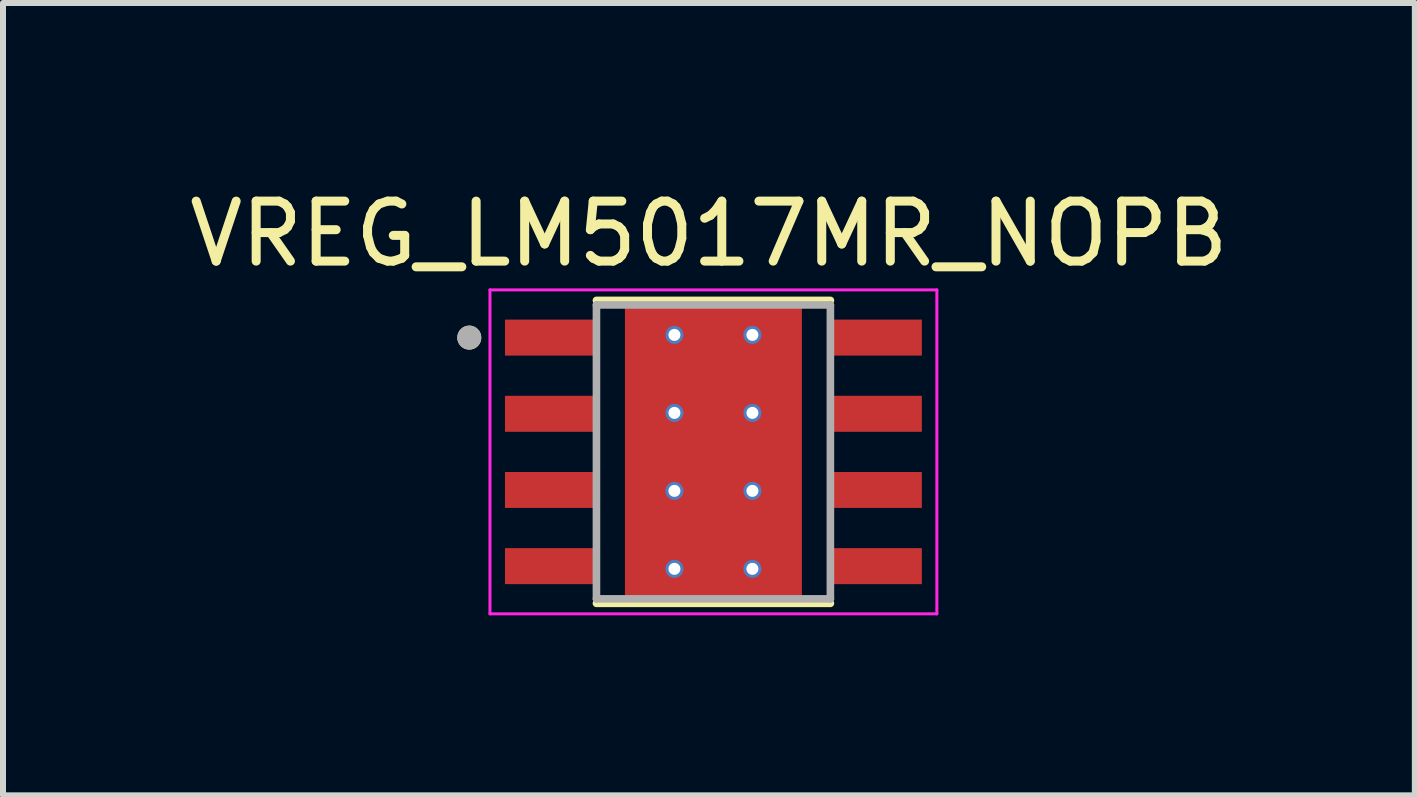
<source format=kicad_pcb>
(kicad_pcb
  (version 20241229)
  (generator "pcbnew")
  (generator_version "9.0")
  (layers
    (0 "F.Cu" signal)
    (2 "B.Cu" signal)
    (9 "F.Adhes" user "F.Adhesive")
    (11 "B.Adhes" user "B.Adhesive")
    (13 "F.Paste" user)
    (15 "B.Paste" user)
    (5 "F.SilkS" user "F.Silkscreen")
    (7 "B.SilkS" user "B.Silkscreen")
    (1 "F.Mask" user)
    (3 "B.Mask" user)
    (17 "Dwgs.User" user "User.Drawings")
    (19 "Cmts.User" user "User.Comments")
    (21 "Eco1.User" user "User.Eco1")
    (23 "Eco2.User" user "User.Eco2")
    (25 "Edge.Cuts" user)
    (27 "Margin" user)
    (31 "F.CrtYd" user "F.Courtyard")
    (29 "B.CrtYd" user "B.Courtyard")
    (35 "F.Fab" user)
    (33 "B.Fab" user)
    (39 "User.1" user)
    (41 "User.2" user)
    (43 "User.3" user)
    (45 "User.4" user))
  (footprint "VREG_LM5017MR_NOPB"
    (layer "F.Cu")
    (at 8.843 4.483)
    (property "Reference" "VREG_LM5017MR_NOPB" (at -0.075 -3.635 0) (layer "F.SilkS") (effects (font (size 1 1) (thickness 0.15))))
    (attr smd)
    (fp_poly (pts (xy -1.355 -1.7) (xy 1.355 -1.7) (xy 1.355 1.7) (xy -1.355 1.7)) (stroke (width 0.01) (type solid)) (fill yes) (layer "F.Mask"))
    (fp_poly (pts (xy -1.905 -1.535) (xy -3.495 -1.535) (xy -3.498 -1.535) (xy -3.5 -1.535) (xy -3.503 -1.536) (xy -3.505 -1.536) (xy -3.508 -1.537) (xy -3.51 -1.537) (xy -3.513 -1.538) (xy -3.515 -1.539) (xy -3.518 -1.54) (xy -3.52 -1.542) (xy -3.522 -1.543) (xy -3.524 -1.545) (xy -3.526 -1.546) (xy -3.528 -1.548) (xy -3.53 -1.55) (xy -3.532 -1.552) (xy -3.534 -1.554) (xy -3.535 -1.556) (xy -3.537 -1.558) (xy -3.538 -1.56) (xy -3.54 -1.562) (xy -3.541 -1.565) (xy -3.542 -1.567) (xy -3.543 -1.57) (xy -3.543 -1.572) (xy -3.544 -1.575) (xy -3.544 -1.577) (xy -3.545 -1.58) (xy -3.545 -1.582) (xy -3.545 -1.585) (xy -3.545 -2.225) (xy -3.545 -2.228) (xy -3.545 -2.23) (xy -3.544 -2.233) (xy -3.544 -2.235) (xy -3.543 -2.238) (xy -3.543 -2.24) (xy -3.542 -2.243) (xy -3.541 -2.245) (xy -3.54 -2.248) (xy -3.538 -2.25) (xy -3.537 -2.252) (xy -3.535 -2.254) (xy -3.534 -2.256) (xy -3.532 -2.258) (xy -3.53 -2.26) (xy -3.528 -2.262) (xy -3.526 -2.264) (xy -3.524 -2.265) (xy -3.522 -2.267) (xy -3.52 -2.268) (xy -3.518 -2.27) (xy -3.515 -2.271) (xy -3.513 -2.272) (xy -3.51 -2.273) (xy -3.508 -2.273) (xy -3.505 -2.274) (xy -3.503 -2.274) (xy -3.5 -2.275) (xy -3.498 -2.275) (xy -3.495 -2.275) (xy -1.905 -2.275) (xy -1.902 -2.275) (xy -1.9 -2.275) (xy -1.897 -2.274) (xy -1.895 -2.274) (xy -1.892 -2.273) (xy -1.89 -2.273) (xy -1.887 -2.272) (xy -1.885 -2.271) (xy -1.882 -2.27) (xy -1.88 -2.268) (xy -1.878 -2.267) (xy -1.876 -2.265) (xy -1.874 -2.264) (xy -1.872 -2.262) (xy -1.87 -2.26) (xy -1.868 -2.258) (xy -1.866 -2.256) (xy -1.865 -2.254) (xy -1.863 -2.252) (xy -1.862 -2.25) (xy -1.86 -2.248) (xy -1.859 -2.245) (xy -1.858 -2.243) (xy -1.857 -2.24) (xy -1.857 -2.238) (xy -1.856 -2.235) (xy -1.856 -2.233) (xy -1.855 -2.23) (xy -1.855 -2.228) (xy -1.855 -2.225) (xy -1.855 -1.585) (xy -1.855 -1.582) (xy -1.855 -1.58) (xy -1.856 -1.577) (xy -1.856 -1.575) (xy -1.857 -1.572) (xy -1.857 -1.57) (xy -1.858 -1.567) (xy -1.859 -1.565) (xy -1.86 -1.562) (xy -1.862 -1.56) (xy -1.863 -1.558) (xy -1.865 -1.556) (xy -1.866 -1.554) (xy -1.868 -1.552) (xy -1.87 -1.55) (xy -1.872 -1.548) (xy -1.874 -1.546) (xy -1.876 -1.545) (xy -1.878 -1.543) (xy -1.88 -1.542) (xy -1.882 -1.54) (xy -1.885 -1.539) (xy -1.887 -1.538) (xy -1.89 -1.537) (xy -1.892 -1.537) (xy -1.895 -1.536) (xy -1.897 -1.536) (xy -1.9 -1.535) (xy -1.902 -1.535) (xy -1.905 -1.535)) (stroke (width 0.01) (type solid)) (fill yes) (layer "F.Mask"))
    (fp_poly (pts (xy -1.905 -0.265) (xy -3.495 -0.265) (xy -3.498 -0.265) (xy -3.5 -0.265) (xy -3.503 -0.266) (xy -3.505 -0.266) (xy -3.508 -0.267) (xy -3.51 -0.267) (xy -3.513 -0.268) (xy -3.515 -0.269) (xy -3.518 -0.27) (xy -3.52 -0.272) (xy -3.522 -0.273) (xy -3.524 -0.275) (xy -3.526 -0.276) (xy -3.528 -0.278) (xy -3.53 -0.28) (xy -3.532 -0.282) (xy -3.534 -0.284) (xy -3.535 -0.286) (xy -3.537 -0.288) (xy -3.538 -0.29) (xy -3.54 -0.292) (xy -3.541 -0.295) (xy -3.542 -0.297) (xy -3.543 -0.3) (xy -3.543 -0.302) (xy -3.544 -0.305) (xy -3.544 -0.307) (xy -3.545 -0.31) (xy -3.545 -0.312) (xy -3.545 -0.315) (xy -3.545 -0.955) (xy -3.545 -0.958) (xy -3.545 -0.96) (xy -3.544 -0.963) (xy -3.544 -0.965) (xy -3.543 -0.968) (xy -3.543 -0.97) (xy -3.542 -0.973) (xy -3.541 -0.975) (xy -3.54 -0.978) (xy -3.538 -0.98) (xy -3.537 -0.982) (xy -3.535 -0.984) (xy -3.534 -0.986) (xy -3.532 -0.988) (xy -3.53 -0.99) (xy -3.528 -0.992) (xy -3.526 -0.994) (xy -3.524 -0.995) (xy -3.522 -0.997) (xy -3.52 -0.998) (xy -3.518 -1) (xy -3.515 -1.001) (xy -3.513 -1.002) (xy -3.51 -1.003) (xy -3.508 -1.003) (xy -3.505 -1.004) (xy -3.503 -1.004) (xy -3.5 -1.005) (xy -3.498 -1.005) (xy -3.495 -1.005) (xy -1.905 -1.005) (xy -1.902 -1.005) (xy -1.9 -1.005) (xy -1.897 -1.004) (xy -1.895 -1.004) (xy -1.892 -1.003) (xy -1.89 -1.003) (xy -1.887 -1.002) (xy -1.885 -1.001) (xy -1.882 -1) (xy -1.88 -0.998) (xy -1.878 -0.997) (xy -1.876 -0.995) (xy -1.874 -0.994) (xy -1.872 -0.992) (xy -1.87 -0.99) (xy -1.868 -0.988) (xy -1.866 -0.986) (xy -1.865 -0.984) (xy -1.863 -0.982) (xy -1.862 -0.98) (xy -1.86 -0.978) (xy -1.859 -0.975) (xy -1.858 -0.973) (xy -1.857 -0.97) (xy -1.857 -0.968) (xy -1.856 -0.965) (xy -1.856 -0.963) (xy -1.855 -0.96) (xy -1.855 -0.958) (xy -1.855 -0.955) (xy -1.855 -0.315) (xy -1.855 -0.312) (xy -1.855 -0.31) (xy -1.856 -0.307) (xy -1.856 -0.305) (xy -1.857 -0.302) (xy -1.857 -0.3) (xy -1.858 -0.297) (xy -1.859 -0.295) (xy -1.86 -0.292) (xy -1.862 -0.29) (xy -1.863 -0.288) (xy -1.865 -0.286) (xy -1.866 -0.284) (xy -1.868 -0.282) (xy -1.87 -0.28) (xy -1.872 -0.278) (xy -1.874 -0.276) (xy -1.876 -0.275) (xy -1.878 -0.273) (xy -1.88 -0.272) (xy -1.882 -0.27) (xy -1.885 -0.269) (xy -1.887 -0.268) (xy -1.89 -0.267) (xy -1.892 -0.267) (xy -1.895 -0.266) (xy -1.897 -0.266) (xy -1.9 -0.265) (xy -1.902 -0.265) (xy -1.905 -0.265)) (stroke (width 0.01) (type solid)) (fill yes) (layer "F.Mask"))
    (fp_poly (pts (xy -1.905 1.005) (xy -3.495 1.005) (xy -3.498 1.005) (xy -3.5 1.005) (xy -3.503 1.004) (xy -3.505 1.004) (xy -3.508 1.003) (xy -3.51 1.003) (xy -3.513 1.002) (xy -3.515 1.001) (xy -3.518 1) (xy -3.52 0.998) (xy -3.522 0.997) (xy -3.524 0.995) (xy -3.526 0.994) (xy -3.528 0.992) (xy -3.53 0.99) (xy -3.532 0.988) (xy -3.534 0.986) (xy -3.535 0.984) (xy -3.537 0.982) (xy -3.538 0.98) (xy -3.54 0.978) (xy -3.541 0.975) (xy -3.542 0.973) (xy -3.543 0.97) (xy -3.543 0.968) (xy -3.544 0.965) (xy -3.544 0.963) (xy -3.545 0.96) (xy -3.545 0.958) (xy -3.545 0.955) (xy -3.545 0.315) (xy -3.545 0.312) (xy -3.545 0.31) (xy -3.544 0.307) (xy -3.544 0.305) (xy -3.543 0.302) (xy -3.543 0.3) (xy -3.542 0.297) (xy -3.541 0.295) (xy -3.54 0.292) (xy -3.538 0.29) (xy -3.537 0.288) (xy -3.535 0.286) (xy -3.534 0.284) (xy -3.532 0.282) (xy -3.53 0.28) (xy -3.528 0.278) (xy -3.526 0.276) (xy -3.524 0.275) (xy -3.522 0.273) (xy -3.52 0.272) (xy -3.518 0.27) (xy -3.515 0.269) (xy -3.513 0.268) (xy -3.51 0.267) (xy -3.508 0.267) (xy -3.505 0.266) (xy -3.503 0.266) (xy -3.5 0.265) (xy -3.498 0.265) (xy -3.495 0.265) (xy -1.905 0.265) (xy -1.902 0.265) (xy -1.9 0.265) (xy -1.897 0.266) (xy -1.895 0.266) (xy -1.892 0.267) (xy -1.89 0.267) (xy -1.887 0.268) (xy -1.885 0.269) (xy -1.882 0.27) (xy -1.88 0.272) (xy -1.878 0.273) (xy -1.876 0.275) (xy -1.874 0.276) (xy -1.872 0.278) (xy -1.87 0.28) (xy -1.868 0.282) (xy -1.866 0.284) (xy -1.865 0.286) (xy -1.863 0.288) (xy -1.862 0.29) (xy -1.86 0.292) (xy -1.859 0.295) (xy -1.858 0.297) (xy -1.857 0.3) (xy -1.857 0.302) (xy -1.856 0.305) (xy -1.856 0.307) (xy -1.855 0.31) (xy -1.855 0.312) (xy -1.855 0.315) (xy -1.855 0.955) (xy -1.855 0.958) (xy -1.855 0.96) (xy -1.856 0.963) (xy -1.856 0.965) (xy -1.857 0.968) (xy -1.857 0.97) (xy -1.858 0.973) (xy -1.859 0.975) (xy -1.86 0.978) (xy -1.862 0.98) (xy -1.863 0.982) (xy -1.865 0.984) (xy -1.866 0.986) (xy -1.868 0.988) (xy -1.87 0.99) (xy -1.872 0.992) (xy -1.874 0.994) (xy -1.876 0.995) (xy -1.878 0.997) (xy -1.88 0.998) (xy -1.882 1) (xy -1.885 1.001) (xy -1.887 1.002) (xy -1.89 1.003) (xy -1.892 1.003) (xy -1.895 1.004) (xy -1.897 1.004) (xy -1.9 1.005) (xy -1.902 1.005) (xy -1.905 1.005)) (stroke (width 0.01) (type solid)) (fill yes) (layer "F.Mask"))
    (fp_poly (pts (xy -1.905 2.275) (xy -3.495 2.275) (xy -3.498 2.275) (xy -3.5 2.275) (xy -3.503 2.274) (xy -3.505 2.274) (xy -3.508 2.273) (xy -3.51 2.273) (xy -3.513 2.272) (xy -3.515 2.271) (xy -3.518 2.27) (xy -3.52 2.268) (xy -3.522 2.267) (xy -3.524 2.265) (xy -3.526 2.264) (xy -3.528 2.262) (xy -3.53 2.26) (xy -3.532 2.258) (xy -3.534 2.256) (xy -3.535 2.254) (xy -3.537 2.252) (xy -3.538 2.25) (xy -3.54 2.248) (xy -3.541 2.245) (xy -3.542 2.243) (xy -3.543 2.24) (xy -3.543 2.238) (xy -3.544 2.235) (xy -3.544 2.233) (xy -3.545 2.23) (xy -3.545 2.228) (xy -3.545 2.225) (xy -3.545 1.585) (xy -3.545 1.582) (xy -3.545 1.58) (xy -3.544 1.577) (xy -3.544 1.575) (xy -3.543 1.572) (xy -3.543 1.57) (xy -3.542 1.567) (xy -3.541 1.565) (xy -3.54 1.562) (xy -3.538 1.56) (xy -3.537 1.558) (xy -3.535 1.556) (xy -3.534 1.554) (xy -3.532 1.552) (xy -3.53 1.55) (xy -3.528 1.548) (xy -3.526 1.546) (xy -3.524 1.545) (xy -3.522 1.543) (xy -3.52 1.542) (xy -3.518 1.54) (xy -3.515 1.539) (xy -3.513 1.538) (xy -3.51 1.537) (xy -3.508 1.537) (xy -3.505 1.536) (xy -3.503 1.536) (xy -3.5 1.535) (xy -3.498 1.535) (xy -3.495 1.535) (xy -1.905 1.535) (xy -1.902 1.535) (xy -1.9 1.535) (xy -1.897 1.536) (xy -1.895 1.536) (xy -1.892 1.537) (xy -1.89 1.537) (xy -1.887 1.538) (xy -1.885 1.539) (xy -1.882 1.54) (xy -1.88 1.542) (xy -1.878 1.543) (xy -1.876 1.545) (xy -1.874 1.546) (xy -1.872 1.548) (xy -1.87 1.55) (xy -1.868 1.552) (xy -1.866 1.554) (xy -1.865 1.556) (xy -1.863 1.558) (xy -1.862 1.56) (xy -1.86 1.562) (xy -1.859 1.565) (xy -1.858 1.567) (xy -1.857 1.57) (xy -1.857 1.572) (xy -1.856 1.575) (xy -1.856 1.577) (xy -1.855 1.58) (xy -1.855 1.582) (xy -1.855 1.585) (xy -1.855 2.225) (xy -1.855 2.228) (xy -1.855 2.23) (xy -1.856 2.233) (xy -1.856 2.235) (xy -1.857 2.238) (xy -1.857 2.24) (xy -1.858 2.243) (xy -1.859 2.245) (xy -1.86 2.248) (xy -1.862 2.25) (xy -1.863 2.252) (xy -1.865 2.254) (xy -1.866 2.256) (xy -1.868 2.258) (xy -1.87 2.26) (xy -1.872 2.262) (xy -1.874 2.264) (xy -1.876 2.265) (xy -1.878 2.267) (xy -1.88 2.268) (xy -1.882 2.27) (xy -1.885 2.271) (xy -1.887 2.272) (xy -1.89 2.273) (xy -1.892 2.273) (xy -1.895 2.274) (xy -1.897 2.274) (xy -1.9 2.275) (xy -1.902 2.275) (xy -1.905 2.275)) (stroke (width 0.01) (type solid)) (fill yes) (layer "F.Mask"))
    (fp_poly (pts (xy 3.495 -1.535) (xy 1.905 -1.535) (xy 1.902 -1.535) (xy 1.9 -1.535) (xy 1.897 -1.536) (xy 1.895 -1.536) (xy 1.892 -1.537) (xy 1.89 -1.537) (xy 1.887 -1.538) (xy 1.885 -1.539) (xy 1.882 -1.54) (xy 1.88 -1.542) (xy 1.878 -1.543) (xy 1.876 -1.545) (xy 1.874 -1.546) (xy 1.872 -1.548) (xy 1.87 -1.55) (xy 1.868 -1.552) (xy 1.866 -1.554) (xy 1.865 -1.556) (xy 1.863 -1.558) (xy 1.862 -1.56) (xy 1.86 -1.562) (xy 1.859 -1.565) (xy 1.858 -1.567) (xy 1.857 -1.57) (xy 1.857 -1.572) (xy 1.856 -1.575) (xy 1.856 -1.577) (xy 1.855 -1.58) (xy 1.855 -1.582) (xy 1.855 -1.585) (xy 1.855 -2.225) (xy 1.855 -2.228) (xy 1.855 -2.23) (xy 1.856 -2.233) (xy 1.856 -2.235) (xy 1.857 -2.238) (xy 1.857 -2.24) (xy 1.858 -2.243) (xy 1.859 -2.245) (xy 1.86 -2.248) (xy 1.862 -2.25) (xy 1.863 -2.252) (xy 1.865 -2.254) (xy 1.866 -2.256) (xy 1.868 -2.258) (xy 1.87 -2.26) (xy 1.872 -2.262) (xy 1.874 -2.264) (xy 1.876 -2.265) (xy 1.878 -2.267) (xy 1.88 -2.268) (xy 1.882 -2.27) (xy 1.885 -2.271) (xy 1.887 -2.272) (xy 1.89 -2.273) (xy 1.892 -2.273) (xy 1.895 -2.274) (xy 1.897 -2.274) (xy 1.9 -2.275) (xy 1.902 -2.275) (xy 1.905 -2.275) (xy 3.495 -2.275) (xy 3.498 -2.275) (xy 3.5 -2.275) (xy 3.503 -2.274) (xy 3.505 -2.274) (xy 3.508 -2.273) (xy 3.51 -2.273) (xy 3.513 -2.272) (xy 3.515 -2.271) (xy 3.518 -2.27) (xy 3.52 -2.268) (xy 3.522 -2.267) (xy 3.524 -2.265) (xy 3.526 -2.264) (xy 3.528 -2.262) (xy 3.53 -2.26) (xy 3.532 -2.258) (xy 3.534 -2.256) (xy 3.535 -2.254) (xy 3.537 -2.252) (xy 3.538 -2.25) (xy 3.54 -2.248) (xy 3.541 -2.245) (xy 3.542 -2.243) (xy 3.543 -2.24) (xy 3.543 -2.238) (xy 3.544 -2.235) (xy 3.544 -2.233) (xy 3.545 -2.23) (xy 3.545 -2.228) (xy 3.545 -2.225) (xy 3.545 -1.585) (xy 3.545 -1.582) (xy 3.545 -1.58) (xy 3.544 -1.577) (xy 3.544 -1.575) (xy 3.543 -1.572) (xy 3.543 -1.57) (xy 3.542 -1.567) (xy 3.541 -1.565) (xy 3.54 -1.562) (xy 3.538 -1.56) (xy 3.537 -1.558) (xy 3.535 -1.556) (xy 3.534 -1.554) (xy 3.532 -1.552) (xy 3.53 -1.55) (xy 3.528 -1.548) (xy 3.526 -1.546) (xy 3.524 -1.545) (xy 3.522 -1.543) (xy 3.52 -1.542) (xy 3.518 -1.54) (xy 3.515 -1.539) (xy 3.513 -1.538) (xy 3.51 -1.537) (xy 3.508 -1.537) (xy 3.505 -1.536) (xy 3.503 -1.536) (xy 3.5 -1.535) (xy 3.498 -1.535) (xy 3.495 -1.535)) (stroke (width 0.01) (type solid)) (fill yes) (layer "F.Mask"))
    (fp_poly (pts (xy 3.495 -0.265) (xy 1.905 -0.265) (xy 1.902 -0.265) (xy 1.9 -0.265) (xy 1.897 -0.266) (xy 1.895 -0.266) (xy 1.892 -0.267) (xy 1.89 -0.267) (xy 1.887 -0.268) (xy 1.885 -0.269) (xy 1.882 -0.27) (xy 1.88 -0.272) (xy 1.878 -0.273) (xy 1.876 -0.275) (xy 1.874 -0.276) (xy 1.872 -0.278) (xy 1.87 -0.28) (xy 1.868 -0.282) (xy 1.866 -0.284) (xy 1.865 -0.286) (xy 1.863 -0.288) (xy 1.862 -0.29) (xy 1.86 -0.292) (xy 1.859 -0.295) (xy 1.858 -0.297) (xy 1.857 -0.3) (xy 1.857 -0.302) (xy 1.856 -0.305) (xy 1.856 -0.307) (xy 1.855 -0.31) (xy 1.855 -0.312) (xy 1.855 -0.315) (xy 1.855 -0.955) (xy 1.855 -0.958) (xy 1.855 -0.96) (xy 1.856 -0.963) (xy 1.856 -0.965) (xy 1.857 -0.968) (xy 1.857 -0.97) (xy 1.858 -0.973) (xy 1.859 -0.975) (xy 1.86 -0.978) (xy 1.862 -0.98) (xy 1.863 -0.982) (xy 1.865 -0.984) (xy 1.866 -0.986) (xy 1.868 -0.988) (xy 1.87 -0.99) (xy 1.872 -0.992) (xy 1.874 -0.994) (xy 1.876 -0.995) (xy 1.878 -0.997) (xy 1.88 -0.998) (xy 1.882 -1) (xy 1.885 -1.001) (xy 1.887 -1.002) (xy 1.89 -1.003) (xy 1.892 -1.003) (xy 1.895 -1.004) (xy 1.897 -1.004) (xy 1.9 -1.005) (xy 1.902 -1.005) (xy 1.905 -1.005) (xy 3.495 -1.005) (xy 3.498 -1.005) (xy 3.5 -1.005) (xy 3.503 -1.004) (xy 3.505 -1.004) (xy 3.508 -1.003) (xy 3.51 -1.003) (xy 3.513 -1.002) (xy 3.515 -1.001) (xy 3.518 -1) (xy 3.52 -0.998) (xy 3.522 -0.997) (xy 3.524 -0.995) (xy 3.526 -0.994) (xy 3.528 -0.992) (xy 3.53 -0.99) (xy 3.532 -0.988) (xy 3.534 -0.986) (xy 3.535 -0.984) (xy 3.537 -0.982) (xy 3.538 -0.98) (xy 3.54 -0.978) (xy 3.541 -0.975) (xy 3.542 -0.973) (xy 3.543 -0.97) (xy 3.543 -0.968) (xy 3.544 -0.965) (xy 3.544 -0.963) (xy 3.545 -0.96) (xy 3.545 -0.958) (xy 3.545 -0.955) (xy 3.545 -0.315) (xy 3.545 -0.312) (xy 3.545 -0.31) (xy 3.544 -0.307) (xy 3.544 -0.305) (xy 3.543 -0.302) (xy 3.543 -0.3) (xy 3.542 -0.297) (xy 3.541 -0.295) (xy 3.54 -0.292) (xy 3.538 -0.29) (xy 3.537 -0.288) (xy 3.535 -0.286) (xy 3.534 -0.284) (xy 3.532 -0.282) (xy 3.53 -0.28) (xy 3.528 -0.278) (xy 3.526 -0.276) (xy 3.524 -0.275) (xy 3.522 -0.273) (xy 3.52 -0.272) (xy 3.518 -0.27) (xy 3.515 -0.269) (xy 3.513 -0.268) (xy 3.51 -0.267) (xy 3.508 -0.267) (xy 3.505 -0.266) (xy 3.503 -0.266) (xy 3.5 -0.265) (xy 3.498 -0.265) (xy 3.495 -0.265)) (stroke (width 0.01) (type solid)) (fill yes) (layer "F.Mask"))
    (fp_poly (pts (xy 3.495 1.005) (xy 1.905 1.005) (xy 1.902 1.005) (xy 1.9 1.005) (xy 1.897 1.004) (xy 1.895 1.004) (xy 1.892 1.003) (xy 1.89 1.003) (xy 1.887 1.002) (xy 1.885 1.001) (xy 1.882 1) (xy 1.88 0.998) (xy 1.878 0.997) (xy 1.876 0.995) (xy 1.874 0.994) (xy 1.872 0.992) (xy 1.87 0.99) (xy 1.868 0.988) (xy 1.866 0.986) (xy 1.865 0.984) (xy 1.863 0.982) (xy 1.862 0.98) (xy 1.86 0.978) (xy 1.859 0.975) (xy 1.858 0.973) (xy 1.857 0.97) (xy 1.857 0.968) (xy 1.856 0.965) (xy 1.856 0.963) (xy 1.855 0.96) (xy 1.855 0.958) (xy 1.855 0.955) (xy 1.855 0.315) (xy 1.855 0.312) (xy 1.855 0.31) (xy 1.856 0.307) (xy 1.856 0.305) (xy 1.857 0.302) (xy 1.857 0.3) (xy 1.858 0.297) (xy 1.859 0.295) (xy 1.86 0.292) (xy 1.862 0.29) (xy 1.863 0.288) (xy 1.865 0.286) (xy 1.866 0.284) (xy 1.868 0.282) (xy 1.87 0.28) (xy 1.872 0.278) (xy 1.874 0.276) (xy 1.876 0.275) (xy 1.878 0.273) (xy 1.88 0.272) (xy 1.882 0.27) (xy 1.885 0.269) (xy 1.887 0.268) (xy 1.89 0.267) (xy 1.892 0.267) (xy 1.895 0.266) (xy 1.897 0.266) (xy 1.9 0.265) (xy 1.902 0.265) (xy 1.905 0.265) (xy 3.495 0.265) (xy 3.498 0.265) (xy 3.5 0.265) (xy 3.503 0.266) (xy 3.505 0.266) (xy 3.508 0.267) (xy 3.51 0.267) (xy 3.513 0.268) (xy 3.515 0.269) (xy 3.518 0.27) (xy 3.52 0.272) (xy 3.522 0.273) (xy 3.524 0.275) (xy 3.526 0.276) (xy 3.528 0.278) (xy 3.53 0.28) (xy 3.532 0.282) (xy 3.534 0.284) (xy 3.535 0.286) (xy 3.537 0.288) (xy 3.538 0.29) (xy 3.54 0.292) (xy 3.541 0.295) (xy 3.542 0.297) (xy 3.543 0.3) (xy 3.543 0.302) (xy 3.544 0.305) (xy 3.544 0.307) (xy 3.545 0.31) (xy 3.545 0.312) (xy 3.545 0.315) (xy 3.545 0.955) (xy 3.545 0.958) (xy 3.545 0.96) (xy 3.544 0.963) (xy 3.544 0.965) (xy 3.543 0.968) (xy 3.543 0.97) (xy 3.542 0.973) (xy 3.541 0.975) (xy 3.54 0.978) (xy 3.538 0.98) (xy 3.537 0.982) (xy 3.535 0.984) (xy 3.534 0.986) (xy 3.532 0.988) (xy 3.53 0.99) (xy 3.528 0.992) (xy 3.526 0.994) (xy 3.524 0.995) (xy 3.522 0.997) (xy 3.52 0.998) (xy 3.518 1) (xy 3.515 1.001) (xy 3.513 1.002) (xy 3.51 1.003) (xy 3.508 1.003) (xy 3.505 1.004) (xy 3.503 1.004) (xy 3.5 1.005) (xy 3.498 1.005) (xy 3.495 1.005)) (stroke (width 0.01) (type solid)) (fill yes) (layer "F.Mask"))
    (fp_poly (pts (xy 3.495 2.275) (xy 1.905 2.275) (xy 1.902 2.275) (xy 1.9 2.275) (xy 1.897 2.274) (xy 1.895 2.274) (xy 1.892 2.273) (xy 1.89 2.273) (xy 1.887 2.272) (xy 1.885 2.271) (xy 1.882 2.27) (xy 1.88 2.268) (xy 1.878 2.267) (xy 1.876 2.265) (xy 1.874 2.264) (xy 1.872 2.262) (xy 1.87 2.26) (xy 1.868 2.258) (xy 1.866 2.256) (xy 1.865 2.254) (xy 1.863 2.252) (xy 1.862 2.25) (xy 1.86 2.248) (xy 1.859 2.245) (xy 1.858 2.243) (xy 1.857 2.24) (xy 1.857 2.238) (xy 1.856 2.235) (xy 1.856 2.233) (xy 1.855 2.23) (xy 1.855 2.228) (xy 1.855 2.225) (xy 1.855 1.585) (xy 1.855 1.582) (xy 1.855 1.58) (xy 1.856 1.577) (xy 1.856 1.575) (xy 1.857 1.572) (xy 1.857 1.57) (xy 1.858 1.567) (xy 1.859 1.565) (xy 1.86 1.562) (xy 1.862 1.56) (xy 1.863 1.558) (xy 1.865 1.556) (xy 1.866 1.554) (xy 1.868 1.552) (xy 1.87 1.55) (xy 1.872 1.548) (xy 1.874 1.546) (xy 1.876 1.545) (xy 1.878 1.543) (xy 1.88 1.542) (xy 1.882 1.54) (xy 1.885 1.539) (xy 1.887 1.538) (xy 1.89 1.537) (xy 1.892 1.537) (xy 1.895 1.536) (xy 1.897 1.536) (xy 1.9 1.535) (xy 1.902 1.535) (xy 1.905 1.535) (xy 3.495 1.535) (xy 3.498 1.535) (xy 3.5 1.535) (xy 3.503 1.536) (xy 3.505 1.536) (xy 3.508 1.537) (xy 3.51 1.537) (xy 3.513 1.538) (xy 3.515 1.539) (xy 3.518 1.54) (xy 3.52 1.542) (xy 3.522 1.543) (xy 3.524 1.545) (xy 3.526 1.546) (xy 3.528 1.548) (xy 3.53 1.55) (xy 3.532 1.552) (xy 3.534 1.554) (xy 3.535 1.556) (xy 3.537 1.558) (xy 3.538 1.56) (xy 3.54 1.562) (xy 3.541 1.565) (xy 3.542 1.567) (xy 3.543 1.57) (xy 3.543 1.572) (xy 3.544 1.575) (xy 3.544 1.577) (xy 3.545 1.58) (xy 3.545 1.582) (xy 3.545 1.585) (xy 3.545 2.225) (xy 3.545 2.228) (xy 3.545 2.23) (xy 3.544 2.233) (xy 3.544 2.235) (xy 3.543 2.238) (xy 3.543 2.24) (xy 3.542 2.243) (xy 3.541 2.245) (xy 3.54 2.248) (xy 3.538 2.25) (xy 3.537 2.252) (xy 3.535 2.254) (xy 3.534 2.256) (xy 3.532 2.258) (xy 3.53 2.26) (xy 3.528 2.262) (xy 3.526 2.264) (xy 3.524 2.265) (xy 3.522 2.267) (xy 3.52 2.268) (xy 3.518 2.27) (xy 3.515 2.271) (xy 3.513 2.272) (xy 3.51 2.273) (xy 3.508 2.273) (xy 3.505 2.274) (xy 3.503 2.274) (xy 3.5 2.275) (xy 3.498 2.275) (xy 3.495 2.275)) (stroke (width 0.01) (type solid)) (fill yes) (layer "F.Mask"))
    (fp_line (start -1.95 -2.525) (end 1.95 -2.525) (stroke (width 0.127) (type solid)) (layer "F.SilkS"))
    (fp_line (start -1.95 2.525) (end 1.95 2.525) (stroke (width 0.127) (type solid)) (layer "F.SilkS"))
    (fp_circle (center -4.07 -1.905) (end -3.97 -1.905) (stroke (width 0.2) (type solid)) (fill no) (layer "F.SilkS"))
    (fp_poly (pts (xy -1.355 -1.7) (xy 1.355 -1.7) (xy 1.355 1.7) (xy -1.355 1.7)) (stroke (width 0.01) (type solid)) (fill yes) (layer "F.Paste"))
    (fp_line (start -3.725 -2.7) (end -3.725 2.7) (stroke (width 0.05) (type solid)) (layer "F.CrtYd"))
    (fp_line (start -3.725 -2.7) (end 3.725 -2.7) (stroke (width 0.05) (type solid)) (layer "F.CrtYd"))
    (fp_line (start -3.725 2.7) (end 3.725 2.7) (stroke (width 0.05) (type solid)) (layer "F.CrtYd"))
    (fp_line (start 3.725 -2.7) (end 3.725 2.7) (stroke (width 0.05) (type solid)) (layer "F.CrtYd"))
    (fp_line (start -1.95 -2.45) (end -1.95 2.45) (stroke (width 0.127) (type solid)) (layer "F.Fab"))
    (fp_line (start -1.95 -2.45) (end 1.95 -2.45) (stroke (width 0.127) (type solid)) (layer "F.Fab"))
    (fp_line (start -1.95 2.45) (end 1.95 2.45) (stroke (width 0.127) (type solid)) (layer "F.Fab"))
    (fp_line (start 1.95 -2.45) (end 1.95 2.45) (stroke (width 0.127) (type solid)) (layer "F.Fab"))
    (fp_circle (center -4.07 -1.905) (end -3.97 -1.905) (stroke (width 0.2) (type solid)) (fill no) (layer "F.Fab"))
    (pad "1" smd roundrect (at -2.7 -1.905) (size 1.55 0.6) (layers "F.Cu" "F.Paste") (roundrect_rratio 0.01))
    (pad "2" smd roundrect (at -2.7 -0.635) (size 1.55 0.6) (layers "F.Cu" "F.Paste") (roundrect_rratio 0.01))
    (pad "3" smd roundrect (at -2.7 0.635) (size 1.55 0.6) (layers "F.Cu" "F.Paste") (roundrect_rratio 0.01))
    (pad "4" smd roundrect (at -2.7 1.905) (size 1.55 0.6) (layers "F.Cu" "F.Paste") (roundrect_rratio 0.01))
    (pad "5" smd roundrect (at 2.7 1.905) (size 1.55 0.6) (layers "F.Cu" "F.Paste") (roundrect_rratio 0.01))
    (pad "6" smd roundrect (at 2.7 0.635) (size 1.55 0.6) (layers "F.Cu" "F.Paste") (roundrect_rratio 0.01))
    (pad "7" smd roundrect (at 2.7 -0.635) (size 1.55 0.6) (layers "F.Cu" "F.Paste") (roundrect_rratio 0.01))
    (pad "8" smd roundrect (at 2.7 -1.905) (size 1.55 0.6) (layers "F.Cu" "F.Paste") (roundrect_rratio 0.01))
    (pad "9" smd rect (at 0 0) (size 2.95 4.9) (layers "F.Cu"))
    (pad "10" thru_hole circle (at -0.65 -1.95) (size 0.3 0.3) (drill 0.2) (layers "*.Cu" "*.Mask"))
    (pad "11" thru_hole circle (at 0.65 -1.95) (size 0.3 0.3) (drill 0.2) (layers "*.Cu" "*.Mask"))
    (pad "12" thru_hole circle (at -0.65 -0.65) (size 0.3 0.3) (drill 0.2) (layers "*.Cu" "*.Mask"))
    (pad "13" thru_hole circle (at 0.65 -0.65) (size 0.3 0.3) (drill 0.2) (layers "*.Cu" "*.Mask"))
    (pad "14" thru_hole circle (at -0.65 0.65) (size 0.3 0.3) (drill 0.2) (layers "*.Cu" "*.Mask"))
    (pad "15" thru_hole circle (at 0.65 0.65) (size 0.3 0.3) (drill 0.2) (layers "*.Cu" "*.Mask"))
    (pad "16" thru_hole circle (at -0.65 1.95) (size 0.3 0.3) (drill 0.2) (layers "*.Cu" "*.Mask"))
    (pad "17" thru_hole circle (at 0.65 1.95) (size 0.3 0.3) (drill 0.2) (layers "*.Cu" "*.Mask")))
  (gr_rect
    (start -3 -3)
    (end 20.536 10.208)
    (stroke (width 0.1) (type default))
    (fill no)
    (layer "Edge.Cuts")))
</source>
